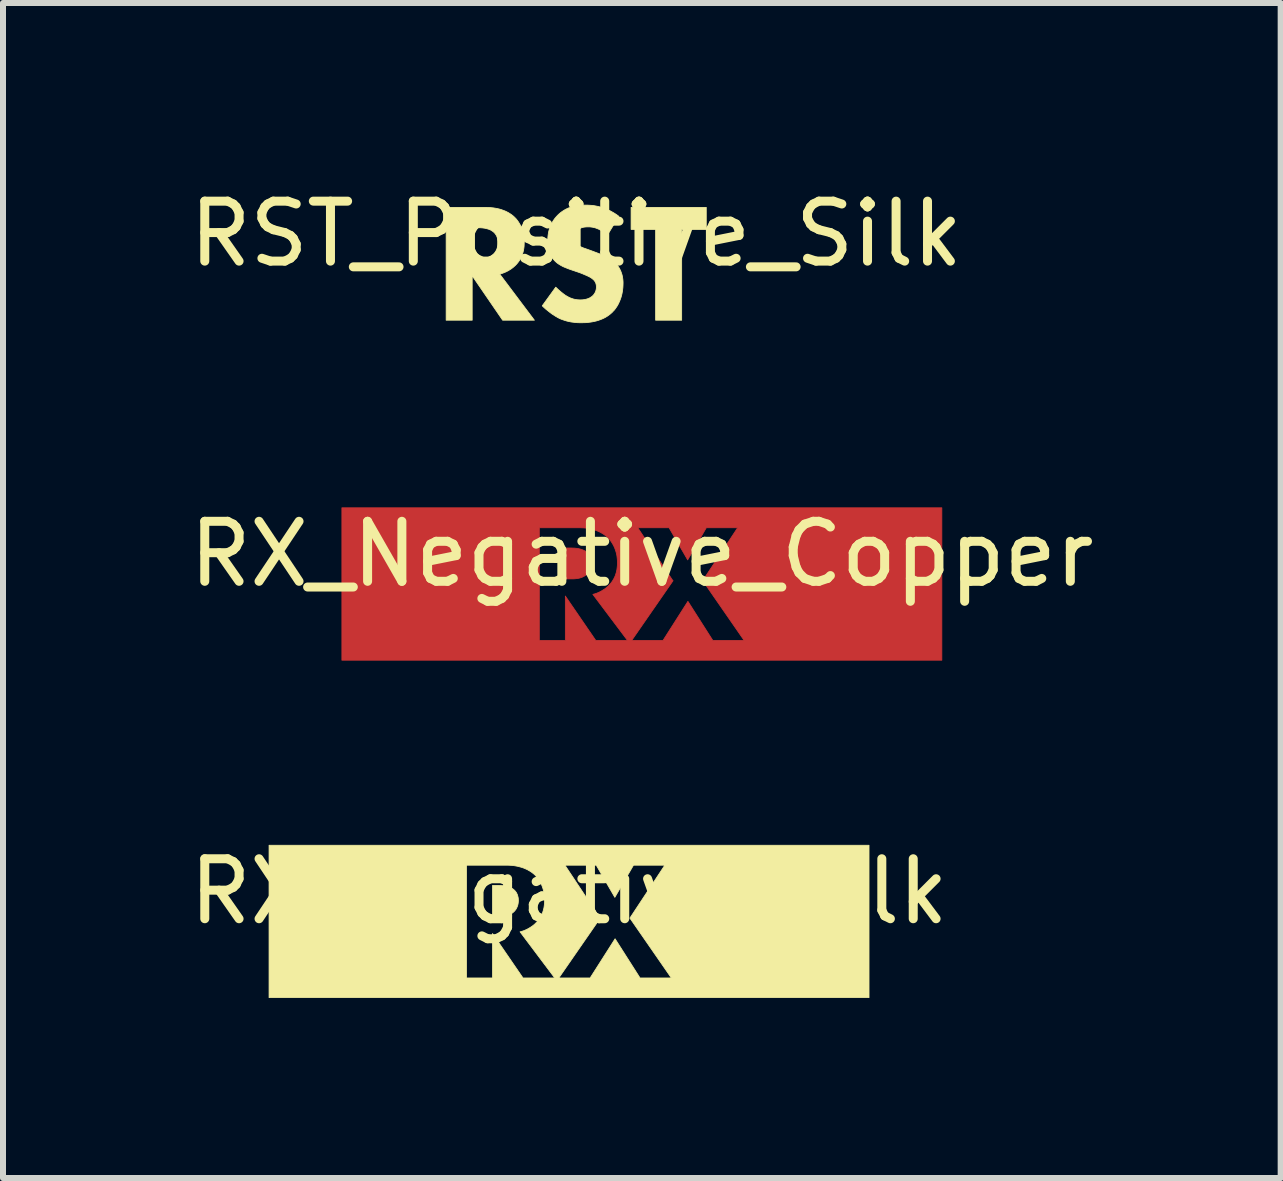
<source format=kicad_pcb>
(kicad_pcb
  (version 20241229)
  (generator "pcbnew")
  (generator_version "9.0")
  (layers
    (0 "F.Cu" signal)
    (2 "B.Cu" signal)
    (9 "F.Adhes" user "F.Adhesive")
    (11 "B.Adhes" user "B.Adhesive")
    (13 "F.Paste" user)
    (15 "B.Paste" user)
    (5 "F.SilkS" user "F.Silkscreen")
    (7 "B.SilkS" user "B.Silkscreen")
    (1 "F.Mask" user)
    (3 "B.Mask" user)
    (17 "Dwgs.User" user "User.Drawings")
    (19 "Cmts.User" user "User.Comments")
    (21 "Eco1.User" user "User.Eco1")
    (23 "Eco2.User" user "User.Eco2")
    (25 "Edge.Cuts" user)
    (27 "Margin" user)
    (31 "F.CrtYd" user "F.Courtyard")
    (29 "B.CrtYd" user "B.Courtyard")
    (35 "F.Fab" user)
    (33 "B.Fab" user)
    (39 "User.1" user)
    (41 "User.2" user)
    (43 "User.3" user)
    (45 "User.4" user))
  (footprint "RX_Negative_Copper"
    (layer "F.Cu")
    (at 7.649 6.685)
    (property "Reference" "RX_Negative_Copper" (at 0 -0.5 0) (unlocked yes) (layer "F.SilkS") (effects (font (size 1 1) (thickness 0.15))))
    (fp_poly (pts (xy -1.149 -0.599) (xy -1.121 -0.598) (xy -1.106 -0.596) (xy -1.09 -0.595) (xy -1.074 -0.592) (xy -1.058 -0.59) (xy -1.041 -0.586) (xy -1.024 -0.582) (xy -1.008 -0.577) (xy -0.992 -0.571) (xy -0.976 -0.565) (xy -0.961 -0.558) (xy -0.946 -0.549) (xy -0.932 -0.54) (xy -0.925 -0.534) (xy -0.918 -0.528) (xy -0.91 -0.521) (xy -0.902 -0.513) (xy -0.895 -0.504) (xy -0.888 -0.495) (xy -0.88 -0.485) (xy -0.874 -0.474) (xy -0.868 -0.462) (xy -0.862 -0.449) (xy -0.857 -0.435) (xy -0.853 -0.42) (xy -0.849 -0.404) (xy -0.846 -0.387) (xy -0.845 -0.369) (xy -0.844 -0.349) (xy -0.844 -0.341) (xy -0.845 -0.332) (xy -0.845 -0.324) (xy -0.846 -0.316) (xy -0.847 -0.309) (xy -0.848 -0.301) (xy -0.849 -0.294) (xy -0.851 -0.286) (xy -0.852 -0.279) (xy -0.854 -0.272) (xy -0.858 -0.259) (xy -0.863 -0.247) (xy -0.868 -0.235) (xy -0.873 -0.224) (xy -0.879 -0.214) (xy -0.884 -0.204) (xy -0.89 -0.195) (xy -0.897 -0.187) (xy -0.903 -0.179) (xy -0.909 -0.172) (xy -0.915 -0.166) (xy -0.922 -0.159) (xy -0.929 -0.153) (xy -0.937 -0.147) (xy -0.944 -0.141) (xy -0.96 -0.131) (xy -0.976 -0.122) (xy -0.993 -0.114) (xy -1.01 -0.108) (xy -1.027 -0.102) (xy -1.044 -0.097) (xy -1.061 -0.094) (xy -1.079 -0.091) (xy -1.096 -0.089) (xy -1.113 -0.087) (xy -1.129 -0.086) (xy -1.145 -0.085) (xy -1.176 -0.085) (xy -1.275 -0.085) (xy -1.275 -0.6) (xy -1.172 -0.6)) (stroke (width 0.013) (type solid)) (fill yes) (layer "F.Cu"))
    (fp_poly (pts (xy 5.001 1.27) (xy -5 1.27) (xy -5 0.942) (xy -1.709 0.942) (xy -1.275 0.942) (xy -1.275 0.201) (xy -0.767 0.942) (xy -0.238 0.942) (xy -0.17 0.942) (xy 0.352 0.942) (xy 0.768 0.289) (xy 1.184 0.942) (xy 1.706 0.942) (xy 1.015 -0.056) (xy 1.597 -0.938) (xy 1.075 -0.938) (xy 0.764 -0.402) (xy 0.454 -0.938) (xy -0.068 -0.938) (xy 0.517 -0.056) (xy 0.521 -0.056) (xy -0.17 0.942) (xy -0.238 0.942) (xy -0.816 0.173) (xy -0.797 0.168) (xy -0.778 0.162) (xy -0.759 0.156) (xy -0.741 0.149) (xy -0.723 0.141) (xy -0.705 0.133) (xy -0.688 0.124) (xy -0.671 0.115) (xy -0.655 0.105) (xy -0.639 0.095) (xy -0.623 0.085) (xy -0.608 0.074) (xy -0.594 0.063) (xy -0.58 0.052) (xy -0.567 0.04) (xy -0.555 0.028) (xy -0.533 0.005) (xy -0.513 -0.018) (xy -0.495 -0.042) (xy -0.48 -0.066) (xy -0.466 -0.09) (xy -0.454 -0.115) (xy -0.443 -0.139) (xy -0.435 -0.164) (xy -0.427 -0.189) (xy -0.421 -0.214) (xy -0.416 -0.238) (xy -0.413 -0.262) (xy -0.41 -0.287) (xy -0.408 -0.31) (xy -0.407 -0.334) (xy -0.407 -0.356) (xy -0.407 -0.376) (xy -0.408 -0.394) (xy -0.409 -0.413) (xy -0.411 -0.431) (xy -0.413 -0.449) (xy -0.415 -0.466) (xy -0.418 -0.482) (xy -0.421 -0.499) (xy -0.425 -0.515) (xy -0.429 -0.53) (xy -0.438 -0.56) (xy -0.448 -0.588) (xy -0.459 -0.615) (xy -0.471 -0.64) (xy -0.484 -0.664) (xy -0.497 -0.686) (xy -0.511 -0.707) (xy -0.525 -0.726) (xy -0.54 -0.744) (xy -0.554 -0.761) (xy -0.569 -0.776) (xy -0.587 -0.792) (xy -0.606 -0.807) (xy -0.627 -0.823) (xy -0.649 -0.837) (xy -0.673 -0.851) (xy -0.698 -0.865) (xy -0.725 -0.877) (xy -0.753 -0.889) (xy -0.784 -0.9) (xy -0.816 -0.909) (xy -0.85 -0.918) (xy -0.886 -0.925) (xy -0.923 -0.931) (xy -0.963 -0.935) (xy -1.005 -0.937) (xy -1.049 -0.938) (xy -1.709 -0.938) (xy -1.709 0.942) (xy -5 0.942) (xy -5 -1.27) (xy 5.001 -1.27)) (stroke (width 0.013) (type solid)) (fill yes) (layer "F.Cu")))
  (footprint "RST_Positive_Silk"
    (layer "F.Cu")
    (at 6.554 1.348)
    (property "Reference" "RST_Positive_Silk" (at 0 -0.5 0) (unlocked yes) (layer "F.SilkS") (effects (font (size 1 1) (thickness 0.15))))
    (fp_poly (pts (xy 2.169 -0.574) (xy 1.759 -0.574) (xy 1.759 0.94) (xy 1.325 0.94) (xy 1.325 -0.574) (xy 0.916 -0.574) (xy 0.916 -0.941) (xy 2.169 -0.941)) (stroke (width 0.013) (type solid)) (fill yes) (layer "F.SilkS"))
    (fp_poly (pts (xy -1.463 -0.94) (xy -1.422 -0.937) (xy -1.382 -0.933) (xy -1.344 -0.927) (xy -1.308 -0.92) (xy -1.274 -0.912) (xy -1.242 -0.902) (xy -1.212 -0.891) (xy -1.183 -0.88) (xy -1.156 -0.867) (xy -1.131 -0.854) (xy -1.107 -0.839) (xy -1.085 -0.825) (xy -1.065 -0.81) (xy -1.045 -0.794) (xy -1.028 -0.778) (xy -1.013 -0.763) (xy -0.998 -0.747) (xy -0.984 -0.729) (xy -0.969 -0.709) (xy -0.956 -0.689) (xy -0.942 -0.666) (xy -0.929 -0.643) (xy -0.917 -0.617) (xy -0.906 -0.591) (xy -0.896 -0.562) (xy -0.887 -0.533) (xy -0.883 -0.517) (xy -0.88 -0.501) (xy -0.876 -0.485) (xy -0.874 -0.468) (xy -0.871 -0.451) (xy -0.869 -0.433) (xy -0.867 -0.415) (xy -0.866 -0.397) (xy -0.865 -0.378) (xy -0.865 -0.359) (xy -0.866 -0.336) (xy -0.867 -0.313) (xy -0.868 -0.289) (xy -0.871 -0.265) (xy -0.875 -0.24) (xy -0.88 -0.216) (xy -0.886 -0.191) (xy -0.893 -0.166) (xy -0.902 -0.142) (xy -0.912 -0.117) (xy -0.924 -0.092) (xy -0.938 -0.068) (xy -0.954 -0.044) (xy -0.972 -0.02) (xy -0.991 0.003) (xy -1.013 0.026) (xy -1.026 0.038) (xy -1.039 0.049) (xy -1.052 0.061) (xy -1.067 0.072) (xy -1.081 0.083) (xy -1.097 0.093) (xy -1.113 0.103) (xy -1.129 0.113) (xy -1.146 0.122) (xy -1.164 0.131) (xy -1.181 0.139) (xy -1.199 0.146) (xy -1.218 0.154) (xy -1.236 0.16) (xy -1.255 0.166) (xy -1.274 0.171) (xy -0.696 0.94) (xy -1.225 0.94) (xy -1.733 0.199) (xy -1.733 0.94) (xy -2.167 0.94) (xy -2.167 -0.087) (xy -1.733 -0.087) (xy -1.634 -0.087) (xy -1.604 -0.087) (xy -1.588 -0.088) (xy -1.571 -0.089) (xy -1.554 -0.091) (xy -1.537 -0.093) (xy -1.52 -0.096) (xy -1.502 -0.1) (xy -1.485 -0.104) (xy -1.468 -0.11) (xy -1.451 -0.116) (xy -1.434 -0.124) (xy -1.418 -0.133) (xy -1.403 -0.143) (xy -1.395 -0.149) (xy -1.388 -0.155) (xy -1.38 -0.161) (xy -1.373 -0.168) (xy -1.367 -0.174) (xy -1.361 -0.181) (xy -1.355 -0.189) (xy -1.349 -0.197) (xy -1.343 -0.206) (xy -1.337 -0.216) (xy -1.331 -0.226) (xy -1.326 -0.237) (xy -1.321 -0.249) (xy -1.317 -0.262) (xy -1.313 -0.275) (xy -1.311 -0.282) (xy -1.309 -0.289) (xy -1.308 -0.296) (xy -1.306 -0.303) (xy -1.305 -0.311) (xy -1.304 -0.319) (xy -1.304 -0.327) (xy -1.303 -0.335) (xy -1.303 -0.343) (xy -1.303 -0.352) (xy -1.303 -0.371) (xy -1.305 -0.389) (xy -1.308 -0.406) (xy -1.311 -0.422) (xy -1.315 -0.437) (xy -1.32 -0.451) (xy -1.326 -0.464) (xy -1.332 -0.476) (xy -1.339 -0.487) (xy -1.346 -0.497) (xy -1.353 -0.507) (xy -1.361 -0.515) (xy -1.368 -0.523) (xy -1.376 -0.53) (xy -1.384 -0.536) (xy -1.391 -0.542) (xy -1.405 -0.551) (xy -1.419 -0.56) (xy -1.434 -0.567) (xy -1.45 -0.574) (xy -1.466 -0.579) (xy -1.483 -0.584) (xy -1.5 -0.588) (xy -1.516 -0.592) (xy -1.533 -0.595) (xy -1.549 -0.597) (xy -1.564 -0.599) (xy -1.579 -0.6) (xy -1.607 -0.602) (xy -1.631 -0.602) (xy -1.733 -0.602) (xy -1.733 -0.087) (xy -2.167 -0.087) (xy -2.167 -0.941) (xy -1.507 -0.941)) (stroke (width 0.013) (type solid)) (fill yes) (layer "F.SilkS"))
    (fp_poly (pts (xy 0.207 -0.978) (xy 0.235 -0.976) (xy 0.266 -0.974) (xy 0.297 -0.97) (xy 0.33 -0.964) (xy 0.365 -0.957) (xy 0.4 -0.948) (xy 0.436 -0.937) (xy 0.474 -0.925) (xy 0.512 -0.909) (xy 0.551 -0.892) (xy 0.59 -0.871) (xy 0.63 -0.848) (xy 0.671 -0.822) (xy 0.712 -0.792) (xy 0.518 -0.475) (xy 0.518 -0.482) (xy 0.491 -0.504) (xy 0.466 -0.524) (xy 0.441 -0.542) (xy 0.416 -0.557) (xy 0.393 -0.569) (xy 0.37 -0.58) (xy 0.348 -0.589) (xy 0.327 -0.597) (xy 0.307 -0.603) (xy 0.288 -0.607) (xy 0.27 -0.611) (xy 0.254 -0.613) (xy 0.238 -0.615) (xy 0.224 -0.616) (xy 0.2 -0.616) (xy 0.177 -0.616) (xy 0.165 -0.615) (xy 0.153 -0.614) (xy 0.141 -0.613) (xy 0.129 -0.611) (xy 0.117 -0.609) (xy 0.104 -0.606) (xy 0.092 -0.602) (xy 0.081 -0.598) (xy 0.069 -0.592) (xy 0.058 -0.586) (xy 0.047 -0.579) (xy 0.036 -0.572) (xy 0.031 -0.567) (xy 0.026 -0.563) (xy 0.021 -0.558) (xy 0.017 -0.553) (xy 0.011 -0.547) (xy 0.006 -0.541) (xy 0.002 -0.535) (xy -0.003 -0.529) (xy -0.007 -0.522) (xy -0.011 -0.515) (xy -0.015 -0.508) (xy -0.019 -0.501) (xy -0.022 -0.493) (xy -0.025 -0.485) (xy -0.027 -0.477) (xy -0.029 -0.468) (xy -0.031 -0.46) (xy -0.032 -0.451) (xy -0.032 -0.442) (xy -0.033 -0.433) (xy -0.033 -0.424) (xy -0.032 -0.416) (xy -0.031 -0.408) (xy -0.03 -0.401) (xy -0.029 -0.393) (xy -0.027 -0.386) (xy -0.025 -0.38) (xy -0.022 -0.373) (xy -0.019 -0.367) (xy -0.016 -0.361) (xy -0.013 -0.355) (xy -0.009 -0.349) (xy -0.005 -0.343) (xy -0.000284 -0.338) (xy 0.005 -0.332) (xy 0.01 -0.327) (xy 0.018 -0.319) (xy 0.028 -0.312) (xy 0.038 -0.305) (xy 0.048 -0.299) (xy 0.059 -0.293) (xy 0.071 -0.287) (xy 0.084 -0.281) (xy 0.097 -0.275) (xy 0.112 -0.269) (xy 0.127 -0.263) (xy 0.162 -0.251) (xy 0.246 -0.221) (xy 0.387 -0.168) (xy 0.418 -0.156) (xy 0.451 -0.142) (xy 0.485 -0.127) (xy 0.502 -0.119) (xy 0.519 -0.11) (xy 0.535 -0.101) (xy 0.552 -0.092) (xy 0.568 -0.082) (xy 0.585 -0.071) (xy 0.6 -0.06) (xy 0.616 -0.049) (xy 0.63 -0.036) (xy 0.645 -0.023) (xy 0.664 -0.003) (xy 0.682 0.017) (xy 0.698 0.039) (xy 0.712 0.06) (xy 0.725 0.082) (xy 0.736 0.105) (xy 0.746 0.127) (xy 0.754 0.15) (xy 0.762 0.173) (xy 0.768 0.195) (xy 0.772 0.218) (xy 0.776 0.24) (xy 0.779 0.262) (xy 0.781 0.284) (xy 0.782 0.305) (xy 0.782 0.326) (xy 0.781 0.362) (xy 0.779 0.397) (xy 0.775 0.432) (xy 0.77 0.466) (xy 0.764 0.499) (xy 0.756 0.531) (xy 0.747 0.563) (xy 0.736 0.593) (xy 0.725 0.622) (xy 0.712 0.65) (xy 0.699 0.677) (xy 0.684 0.703) (xy 0.668 0.727) (xy 0.652 0.75) (xy 0.635 0.772) (xy 0.616 0.791) (xy 0.601 0.808) (xy 0.584 0.823) (xy 0.568 0.837) (xy 0.551 0.85) (xy 0.534 0.863) (xy 0.516 0.875) (xy 0.481 0.896) (xy 0.444 0.914) (xy 0.408 0.929) (xy 0.371 0.942) (xy 0.334 0.953) (xy 0.298 0.961) (xy 0.263 0.968) (xy 0.229 0.973) (xy 0.196 0.977) (xy 0.165 0.98) (xy 0.135 0.981) (xy 0.084 0.982) (xy 0.059 0.982) (xy 0.034 0.981) (xy 0.01 0.98) (xy -0.014 0.978) (xy -0.038 0.975) (xy -0.062 0.972) (xy -0.085 0.969) (xy -0.109 0.964) (xy -0.132 0.959) (xy -0.155 0.954) (xy -0.177 0.947) (xy -0.2 0.94) (xy -0.223 0.932) (xy -0.245 0.924) (xy -0.268 0.915) (xy -0.29 0.904) (xy -0.308 0.895) (xy -0.326 0.884) (xy -0.345 0.873) (xy -0.363 0.861) (xy -0.382 0.849) (xy -0.401 0.837) (xy -0.437 0.81) (xy -0.472 0.782) (xy -0.506 0.755) (xy -0.537 0.727) (xy -0.565 0.7) (xy -0.34 0.389) (xy -0.32 0.408) (xy -0.299 0.428) (xy -0.276 0.448) (xy -0.253 0.468) (xy -0.229 0.487) (xy -0.206 0.505) (xy -0.195 0.513) (xy -0.184 0.521) (xy -0.173 0.528) (xy -0.163 0.534) (xy -0.149 0.542) (xy -0.135 0.55) (xy -0.121 0.557) (xy -0.107 0.564) (xy -0.093 0.57) (xy -0.079 0.575) (xy -0.065 0.58) (xy -0.05 0.585) (xy -0.036 0.589) (xy -0.021 0.592) (xy -0.006 0.595) (xy 0.009 0.597) (xy 0.025 0.599) (xy 0.041 0.6) (xy 0.057 0.601) (xy 0.073 0.601) (xy 0.084 0.601) (xy 0.095 0.6) (xy 0.107 0.6) (xy 0.119 0.598) (xy 0.131 0.597) (xy 0.144 0.595) (xy 0.156 0.592) (xy 0.169 0.589) (xy 0.182 0.585) (xy 0.195 0.581) (xy 0.208 0.576) (xy 0.221 0.57) (xy 0.234 0.563) (xy 0.246 0.555) (xy 0.259 0.547) (xy 0.271 0.537) (xy 0.277 0.531) (xy 0.284 0.525) (xy 0.29 0.518) (xy 0.296 0.51) (xy 0.302 0.502) (xy 0.307 0.494) (xy 0.313 0.485) (xy 0.317 0.476) (xy 0.322 0.467) (xy 0.326 0.456) (xy 0.329 0.446) (xy 0.331 0.44) (xy 0.332 0.435) (xy 0.333 0.429) (xy 0.335 0.423) (xy 0.336 0.417) (xy 0.336 0.411) (xy 0.337 0.405) (xy 0.337 0.399) (xy 0.338 0.392) (xy 0.338 0.386) (xy 0.337 0.374) (xy 0.337 0.363) (xy 0.335 0.353) (xy 0.333 0.343) (xy 0.331 0.333) (xy 0.328 0.324) (xy 0.324 0.315) (xy 0.321 0.307) (xy 0.316 0.299) (xy 0.311 0.291) (xy 0.306 0.284) (xy 0.301 0.277) (xy 0.294 0.27) (xy 0.288 0.264) (xy 0.281 0.258) (xy 0.274 0.252) (xy 0.264 0.244) (xy 0.253 0.236) (xy 0.24 0.228) (xy 0.227 0.22) (xy 0.212 0.213) (xy 0.197 0.205) (xy 0.166 0.191) (xy 0.135 0.178) (xy 0.105 0.165) (xy 0.056 0.146) (xy -0.1 0.093) (xy -0.133 0.081) (xy -0.168 0.067) (xy -0.202 0.053) (xy -0.22 0.045) (xy -0.237 0.036) (xy -0.254 0.027) (xy -0.27 0.017) (xy -0.287 0.007) (xy -0.303 -0.004) (xy -0.318 -0.015) (xy -0.333 -0.028) (xy -0.347 -0.041) (xy -0.361 -0.055) (xy -0.378 -0.075) (xy -0.394 -0.096) (xy -0.408 -0.117) (xy -0.42 -0.138) (xy -0.431 -0.16) (xy -0.44 -0.181) (xy -0.448 -0.203) (xy -0.454 -0.225) (xy -0.46 -0.246) (xy -0.464 -0.267) (xy -0.467 -0.288) (xy -0.47 -0.308) (xy -0.472 -0.328) (xy -0.473 -0.347) (xy -0.474 -0.383) (xy -0.473 -0.414) (xy -0.471 -0.444) (xy -0.468 -0.474) (xy -0.464 -0.503) (xy -0.459 -0.531) (xy -0.452 -0.559) (xy -0.444 -0.587) (xy -0.435 -0.613) (xy -0.424 -0.64) (xy -0.412 -0.665) (xy -0.399 -0.69) (xy -0.384 -0.715) (xy -0.368 -0.739) (xy -0.351 -0.762) (xy -0.332 -0.784) (xy -0.311 -0.807) (xy -0.286 -0.831) (xy -0.26 -0.853) (xy -0.234 -0.872) (xy -0.207 -0.89) (xy -0.18 -0.906) (xy -0.152 -0.92) (xy -0.123 -0.933) (xy -0.094 -0.943) (xy -0.065 -0.952) (xy -0.035 -0.96) (xy -0.005 -0.966) (xy 0.026 -0.971) (xy 0.057 -0.975) (xy 0.089 -0.978) (xy 0.121 -0.979) (xy 0.154 -0.979)) (stroke (width 0.013) (type solid)) (fill yes) (layer "F.SilkS")))
  (footprint "RX_Negative_Silk"
    (layer "F.Cu")
    (at 6.435 12.31)
    (property "Reference" "RX_Negative_Silk" (at 0 -0.5 0) (unlocked yes) (layer "F.SilkS") (effects (font (size 1 1) (thickness 0.15))))
    (fp_poly (pts (xy -1.149 -0.599) (xy -1.121 -0.598) (xy -1.106 -0.596) (xy -1.09 -0.595) (xy -1.074 -0.592) (xy -1.058 -0.59) (xy -1.041 -0.586) (xy -1.024 -0.582) (xy -1.008 -0.577) (xy -0.992 -0.571) (xy -0.976 -0.565) (xy -0.961 -0.558) (xy -0.946 -0.549) (xy -0.932 -0.54) (xy -0.925 -0.534) (xy -0.918 -0.528) (xy -0.91 -0.521) (xy -0.902 -0.513) (xy -0.895 -0.504) (xy -0.888 -0.495) (xy -0.88 -0.485) (xy -0.874 -0.474) (xy -0.868 -0.462) (xy -0.862 -0.449) (xy -0.857 -0.435) (xy -0.853 -0.42) (xy -0.849 -0.404) (xy -0.846 -0.387) (xy -0.845 -0.369) (xy -0.844 -0.349) (xy -0.844 -0.341) (xy -0.845 -0.332) (xy -0.845 -0.324) (xy -0.846 -0.316) (xy -0.847 -0.309) (xy -0.848 -0.301) (xy -0.849 -0.294) (xy -0.851 -0.286) (xy -0.852 -0.279) (xy -0.854 -0.272) (xy -0.858 -0.259) (xy -0.863 -0.247) (xy -0.868 -0.235) (xy -0.873 -0.224) (xy -0.879 -0.214) (xy -0.884 -0.204) (xy -0.89 -0.195) (xy -0.897 -0.187) (xy -0.903 -0.179) (xy -0.909 -0.172) (xy -0.915 -0.166) (xy -0.922 -0.159) (xy -0.929 -0.153) (xy -0.937 -0.147) (xy -0.944 -0.141) (xy -0.96 -0.131) (xy -0.976 -0.122) (xy -0.993 -0.114) (xy -1.01 -0.108) (xy -1.027 -0.102) (xy -1.044 -0.097) (xy -1.061 -0.094) (xy -1.079 -0.091) (xy -1.096 -0.089) (xy -1.113 -0.087) (xy -1.129 -0.086) (xy -1.145 -0.085) (xy -1.176 -0.085) (xy -1.275 -0.085) (xy -1.275 -0.6) (xy -1.172 -0.6)) (stroke (width 0.013) (type solid)) (fill yes) (layer "F.SilkS"))
    (fp_poly (pts (xy 5.001 1.27) (xy -5 1.27) (xy -5 0.942) (xy -1.709 0.942) (xy -1.275 0.942) (xy -1.275 0.201) (xy -0.767 0.942) (xy -0.238 0.942) (xy -0.17 0.942) (xy 0.352 0.942) (xy 0.768 0.289) (xy 1.184 0.942) (xy 1.706 0.942) (xy 1.015 -0.056) (xy 1.597 -0.938) (xy 1.075 -0.938) (xy 0.764 -0.402) (xy 0.454 -0.938) (xy -0.068 -0.938) (xy 0.517 -0.056) (xy 0.521 -0.056) (xy -0.17 0.942) (xy -0.238 0.942) (xy -0.816 0.173) (xy -0.797 0.168) (xy -0.778 0.162) (xy -0.759 0.156) (xy -0.741 0.149) (xy -0.723 0.141) (xy -0.705 0.133) (xy -0.688 0.124) (xy -0.671 0.115) (xy -0.655 0.105) (xy -0.639 0.095) (xy -0.623 0.085) (xy -0.608 0.074) (xy -0.594 0.063) (xy -0.58 0.052) (xy -0.567 0.04) (xy -0.555 0.028) (xy -0.533 0.005) (xy -0.513 -0.018) (xy -0.495 -0.042) (xy -0.48 -0.066) (xy -0.466 -0.09) (xy -0.454 -0.115) (xy -0.443 -0.139) (xy -0.435 -0.164) (xy -0.427 -0.189) (xy -0.421 -0.214) (xy -0.416 -0.238) (xy -0.413 -0.262) (xy -0.41 -0.287) (xy -0.408 -0.31) (xy -0.407 -0.334) (xy -0.407 -0.356) (xy -0.407 -0.376) (xy -0.408 -0.394) (xy -0.409 -0.413) (xy -0.411 -0.431) (xy -0.413 -0.449) (xy -0.415 -0.466) (xy -0.418 -0.482) (xy -0.421 -0.499) (xy -0.425 -0.515) (xy -0.429 -0.53) (xy -0.438 -0.56) (xy -0.448 -0.588) (xy -0.459 -0.615) (xy -0.471 -0.64) (xy -0.484 -0.664) (xy -0.497 -0.686) (xy -0.511 -0.707) (xy -0.525 -0.726) (xy -0.54 -0.744) (xy -0.554 -0.761) (xy -0.569 -0.776) (xy -0.587 -0.792) (xy -0.606 -0.807) (xy -0.627 -0.823) (xy -0.649 -0.837) (xy -0.673 -0.851) (xy -0.698 -0.865) (xy -0.725 -0.877) (xy -0.753 -0.889) (xy -0.784 -0.9) (xy -0.816 -0.909) (xy -0.85 -0.918) (xy -0.886 -0.925) (xy -0.923 -0.931) (xy -0.963 -0.935) (xy -1.005 -0.937) (xy -1.049 -0.938) (xy -1.709 -0.938) (xy -1.709 0.942) (xy -5 0.942) (xy -5 -1.27) (xy 5.001 -1.27)) (stroke (width 0.013) (type solid)) (fill yes) (layer "F.SilkS")))
  (gr_rect
    (start -3 -3)
    (end 18.298 16.587)
    (stroke (width 0.1) (type default))
    (fill no)
    (layer "Edge.Cuts")))
</source>
